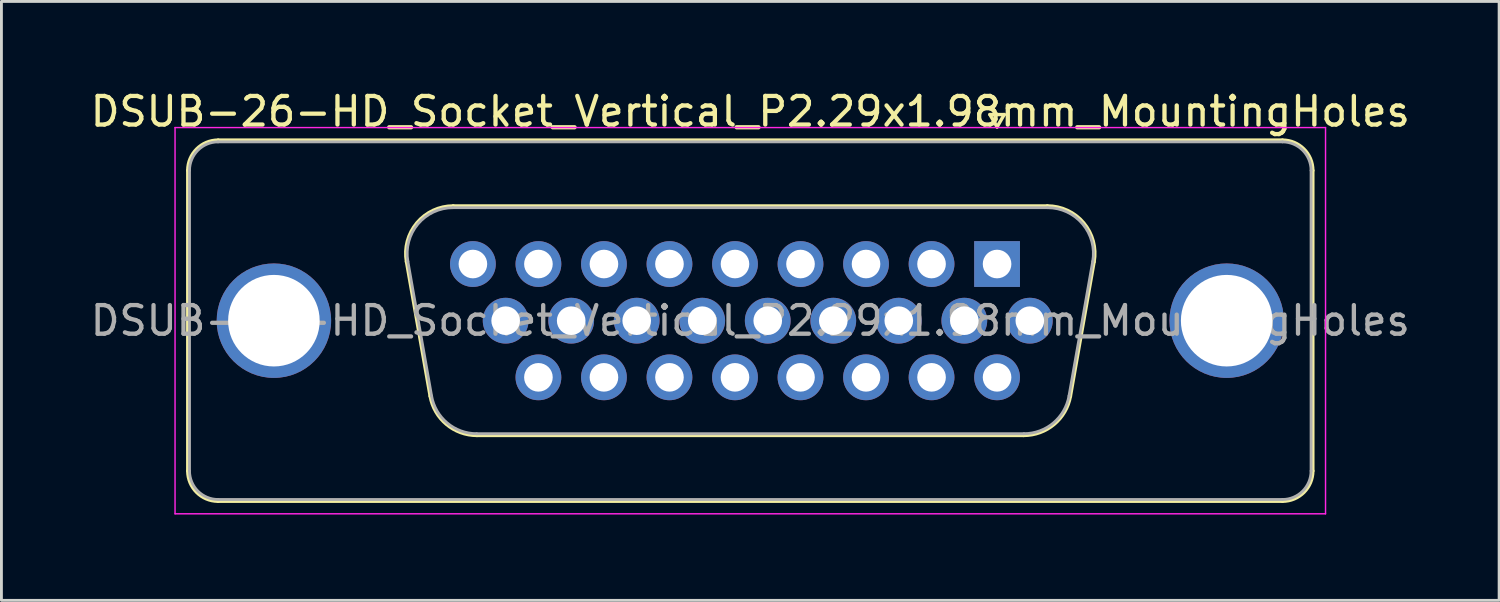
<source format=kicad_pcb>
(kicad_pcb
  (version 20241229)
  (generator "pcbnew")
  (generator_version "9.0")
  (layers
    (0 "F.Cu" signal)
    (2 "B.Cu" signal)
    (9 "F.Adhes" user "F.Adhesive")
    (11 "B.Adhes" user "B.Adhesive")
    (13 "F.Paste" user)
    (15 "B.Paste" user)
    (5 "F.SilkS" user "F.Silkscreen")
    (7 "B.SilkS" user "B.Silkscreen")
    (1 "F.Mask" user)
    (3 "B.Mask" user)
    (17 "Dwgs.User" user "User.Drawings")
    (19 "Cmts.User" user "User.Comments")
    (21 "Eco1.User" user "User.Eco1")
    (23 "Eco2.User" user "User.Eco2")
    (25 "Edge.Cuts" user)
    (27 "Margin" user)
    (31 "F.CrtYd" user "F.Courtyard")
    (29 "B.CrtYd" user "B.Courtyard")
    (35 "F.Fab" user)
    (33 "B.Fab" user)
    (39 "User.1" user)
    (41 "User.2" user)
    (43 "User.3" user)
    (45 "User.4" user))
  (footprint "DSUB-26-HD_Socket_Vertical_P2.29x1.98mm_MountingHoles"
    (layer "F.Cu")
    (at 31.798 6.178)
    (property "Reference" "DSUB-26-HD_Socket_Vertical_P2.29x1.98mm_MountingHoles" (at -8.625 -5.33 0) (layer "F.SilkS") (effects (font (size 1 1) (thickness 0.15))))
    (attr through_hole)
    (fp_line (start -28.285 7.23) (end -28.285 -3.27) (stroke (width 0.12) (type solid)) (layer "F.SilkS"))
    (fp_line (start -27.225 -4.33) (end 9.975 -4.33) (stroke (width 0.12) (type solid)) (layer "F.SilkS"))
    (fp_line (start -20.641 -0.082) (end -19.813 4.618) (stroke (width 0.12) (type solid)) (layer "F.SilkS"))
    (fp_line (start -19.007 -2.03) (end 1.757 -2.03) (stroke (width 0.12) (type solid)) (layer "F.SilkS"))
    (fp_line (start -18.178 5.99) (end 0.928 5.99) (stroke (width 0.12) (type solid)) (layer "F.SilkS"))
    (fp_line (start -0.25 -5.224) (end 0.25 -5.224) (stroke (width 0.12) (type solid)) (layer "F.SilkS"))
    (fp_line (start 0 -4.791) (end -0.25 -5.224) (stroke (width 0.12) (type solid)) (layer "F.SilkS"))
    (fp_line (start 0.25 -5.224) (end 0 -4.791) (stroke (width 0.12) (type solid)) (layer "F.SilkS"))
    (fp_line (start 3.391 -0.082) (end 2.563 4.618) (stroke (width 0.12) (type solid)) (layer "F.SilkS"))
    (fp_line (start 9.975 8.29) (end -27.225 8.29) (stroke (width 0.12) (type solid)) (layer "F.SilkS"))
    (fp_line (start 11.035 -3.27) (end 11.035 7.23) (stroke (width 0.12) (type solid)) (layer "F.SilkS"))
    (fp_arc (start -28.285 -3.27) (mid -27.974533 -4.019533) (end -27.225 -4.33) (stroke (width 0.12) (type solid)) (layer "F.SilkS"))
    (fp_arc (start -27.225 8.29) (mid -27.974533 7.979533) (end -28.285 7.23) (stroke (width 0.12) (type solid)) (layer "F.SilkS"))
    (fp_arc (start -20.64147 -0.081744) (mid -20.278323 -1.437027) (end -19.006689 -2.03) (stroke (width 0.12) (type solid)) (layer "F.SilkS"))
    (fp_arc (start -18.177952 5.99) (mid -19.24498 5.601634) (end -19.812733 4.618256) (stroke (width 0.12) (type solid)) (layer "F.SilkS"))
    (fp_arc (start 1.756689 -2.03) (mid 3.028323 -1.437027) (end 3.39147 -0.081744) (stroke (width 0.12) (type solid)) (layer "F.SilkS"))
    (fp_arc (start 2.562733 4.618256) (mid 1.99498 5.601634) (end 0.927952 5.99) (stroke (width 0.12) (type solid)) (layer "F.SilkS"))
    (fp_arc (start 9.975 -4.33) (mid 10.724533 -4.019533) (end 11.035 -3.27) (stroke (width 0.12) (type solid)) (layer "F.SilkS"))
    (fp_arc (start 11.035 7.23) (mid 10.724533 7.979533) (end 9.975 8.29) (stroke (width 0.12) (type solid)) (layer "F.SilkS"))
    (fp_line (start -28.73 -4.77) (end -28.73 8.73) (stroke (width 0.05) (type solid)) (layer "F.CrtYd"))
    (fp_line (start -28.73 8.73) (end 11.48 8.73) (stroke (width 0.05) (type solid)) (layer "F.CrtYd"))
    (fp_line (start 11.48 -4.77) (end -28.73 -4.77) (stroke (width 0.05) (type solid)) (layer "F.CrtYd"))
    (fp_line (start 11.48 8.73) (end 11.48 -4.77) (stroke (width 0.05) (type solid)) (layer "F.CrtYd"))
    (fp_line (start -28.225 7.23) (end -28.225 -3.27) (stroke (width 0.1) (type solid)) (layer "F.Fab"))
    (fp_line (start -27.225 -4.27) (end 9.975 -4.27) (stroke (width 0.1) (type solid)) (layer "F.Fab"))
    (fp_line (start -20.594 -0.092) (end -19.765 4.608) (stroke (width 0.1) (type solid)) (layer "F.Fab"))
    (fp_line (start -19.018 -1.97) (end 1.768 -1.97) (stroke (width 0.1) (type solid)) (layer "F.Fab"))
    (fp_line (start -18.189 5.93) (end 0.939 5.93) (stroke (width 0.1) (type solid)) (layer "F.Fab"))
    (fp_line (start 3.344 -0.092) (end 2.515 4.608) (stroke (width 0.1) (type solid)) (layer "F.Fab"))
    (fp_line (start 9.975 8.23) (end -27.225 8.23) (stroke (width 0.1) (type solid)) (layer "F.Fab"))
    (fp_line (start 10.975 -3.27) (end 10.975 7.23) (stroke (width 0.1) (type solid)) (layer "F.Fab"))
    (fp_arc (start -28.225 -3.27) (mid -27.932107 -3.977107) (end -27.225 -4.27) (stroke (width 0.1) (type solid)) (layer "F.Fab"))
    (fp_arc (start -27.225 8.23) (mid -27.932107 7.937107) (end -28.225 7.23) (stroke (width 0.1) (type solid)) (layer "F.Fab"))
    (fp_arc (start -20.593887 -0.092163) (mid -20.243865 -1.39846) (end -19.018194 -1.97) (stroke (width 0.1) (type solid)) (layer "F.Fab"))
    (fp_arc (start -18.189457 5.93) (mid -19.217918 5.555671) (end -19.76515 4.607837) (stroke (width 0.1) (type solid)) (layer "F.Fab"))
    (fp_arc (start 1.768194 -1.97) (mid 2.993865 -1.39846) (end 3.343887 -0.092163) (stroke (width 0.1) (type solid)) (layer "F.Fab"))
    (fp_arc (start 2.51515 4.607837) (mid 1.967918 5.555671) (end 0.939457 5.93) (stroke (width 0.1) (type solid)) (layer "F.Fab"))
    (fp_arc (start 9.975 -4.27) (mid 10.682107 -3.977107) (end 10.975 -3.27) (stroke (width 0.1) (type solid)) (layer "F.Fab"))
    (fp_arc (start 10.975 7.23) (mid 10.682107 7.937107) (end 9.975 8.23) (stroke (width 0.1) (type solid)) (layer "F.Fab"))
    (fp_text user "${REFERENCE}" (at -8.625 1.98 0) (layer "F.Fab") (effects (font (size 1 1) (thickness 0.15))))
    (pad "0" thru_hole circle (at -25.275 1.98) (size 4 4) (drill 3.2) (layers "*.Cu" "*.Mask"))
    (pad "0" thru_hole circle (at 8.025 1.98) (size 4 4) (drill 3.2) (layers "*.Cu" "*.Mask"))
    (pad "1" thru_hole rect (at 0 0) (size 1.6 1.6) (drill 1) (layers "*.Cu" "*.Mask"))
    (pad "2" thru_hole circle (at -2.29 0) (size 1.6 1.6) (drill 1) (layers "*.Cu" "*.Mask"))
    (pad "3" thru_hole circle (at -4.58 0) (size 1.6 1.6) (drill 1) (layers "*.Cu" "*.Mask"))
    (pad "4" thru_hole circle (at -6.87 0) (size 1.6 1.6) (drill 1) (layers "*.Cu" "*.Mask"))
    (pad "5" thru_hole circle (at -9.16 0) (size 1.6 1.6) (drill 1) (layers "*.Cu" "*.Mask"))
    (pad "6" thru_hole circle (at -11.45 0) (size 1.6 1.6) (drill 1) (layers "*.Cu" "*.Mask"))
    (pad "7" thru_hole circle (at -13.74 0) (size 1.6 1.6) (drill 1) (layers "*.Cu" "*.Mask"))
    (pad "8" thru_hole circle (at -16.03 0) (size 1.6 1.6) (drill 1) (layers "*.Cu" "*.Mask"))
    (pad "9" thru_hole circle (at -18.32 0) (size 1.6 1.6) (drill 1) (layers "*.Cu" "*.Mask"))
    (pad "10" thru_hole circle (at 1.145 1.98) (size 1.6 1.6) (drill 1) (layers "*.Cu" "*.Mask"))
    (pad "11" thru_hole circle (at -1.145 1.98) (size 1.6 1.6) (drill 1) (layers "*.Cu" "*.Mask"))
    (pad "12" thru_hole circle (at -3.435 1.98) (size 1.6 1.6) (drill 1) (layers "*.Cu" "*.Mask"))
    (pad "13" thru_hole circle (at -5.725 1.98) (size 1.6 1.6) (drill 1) (layers "*.Cu" "*.Mask"))
    (pad "14" thru_hole circle (at -8.015 1.98) (size 1.6 1.6) (drill 1) (layers "*.Cu" "*.Mask"))
    (pad "15" thru_hole circle (at -10.305 1.98) (size 1.6 1.6) (drill 1) (layers "*.Cu" "*.Mask"))
    (pad "16" thru_hole circle (at -12.595 1.98) (size 1.6 1.6) (drill 1) (layers "*.Cu" "*.Mask"))
    (pad "17" thru_hole circle (at -14.885 1.98) (size 1.6 1.6) (drill 1) (layers "*.Cu" "*.Mask"))
    (pad "18" thru_hole circle (at -17.175 1.98) (size 1.6 1.6) (drill 1) (layers "*.Cu" "*.Mask"))
    (pad "19" thru_hole circle (at 0 3.96) (size 1.6 1.6) (drill 1) (layers "*.Cu" "*.Mask"))
    (pad "20" thru_hole circle (at -2.29 3.96) (size 1.6 1.6) (drill 1) (layers "*.Cu" "*.Mask"))
    (pad "21" thru_hole circle (at -4.58 3.96) (size 1.6 1.6) (drill 1) (layers "*.Cu" "*.Mask"))
    (pad "22" thru_hole circle (at -6.87 3.96) (size 1.6 1.6) (drill 1) (layers "*.Cu" "*.Mask"))
    (pad "23" thru_hole circle (at -9.16 3.96) (size 1.6 1.6) (drill 1) (layers "*.Cu" "*.Mask"))
    (pad "24" thru_hole circle (at -11.45 3.96) (size 1.6 1.6) (drill 1) (layers "*.Cu" "*.Mask"))
    (pad "25" thru_hole circle (at -13.74 3.96) (size 1.6 1.6) (drill 1) (layers "*.Cu" "*.Mask"))
    (pad "26" thru_hole circle (at -16.03 3.96) (size 1.6 1.6) (drill 1) (layers "*.Cu" "*.Mask")))
  (gr_rect
    (start -3 -3)
    (end 49.345 17.933)
    (stroke (width 0.1) (type default))
    (fill no)
    (layer "Edge.Cuts")))
</source>
